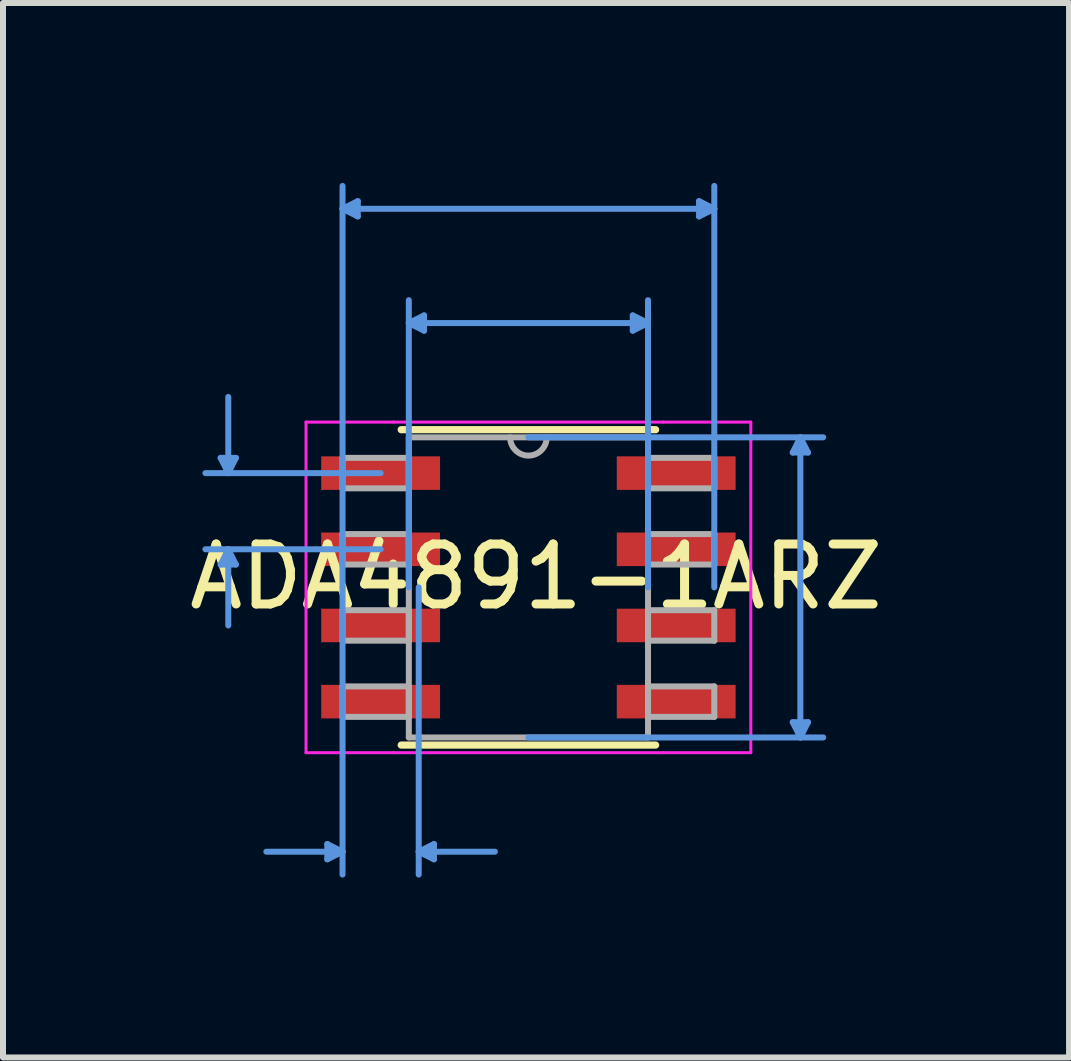
<source format=kicad_pcb>
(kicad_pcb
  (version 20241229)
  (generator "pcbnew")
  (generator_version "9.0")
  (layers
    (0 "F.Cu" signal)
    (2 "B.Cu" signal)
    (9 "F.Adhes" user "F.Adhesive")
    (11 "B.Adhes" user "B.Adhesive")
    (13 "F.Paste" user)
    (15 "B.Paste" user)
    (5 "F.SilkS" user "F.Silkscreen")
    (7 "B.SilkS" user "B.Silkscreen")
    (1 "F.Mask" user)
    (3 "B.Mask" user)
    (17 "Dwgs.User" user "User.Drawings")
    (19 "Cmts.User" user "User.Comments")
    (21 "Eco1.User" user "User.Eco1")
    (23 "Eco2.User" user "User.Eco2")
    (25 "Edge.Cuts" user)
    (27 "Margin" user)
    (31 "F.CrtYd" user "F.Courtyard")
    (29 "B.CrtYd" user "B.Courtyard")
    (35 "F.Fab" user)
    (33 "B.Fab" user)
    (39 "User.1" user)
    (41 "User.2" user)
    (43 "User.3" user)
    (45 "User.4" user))
  (footprint "ADA4891-1ARZ"
    (layer "F.Cu")
    (at 5.76 6.743)
    (property "Reference" "ADA4891-1ARZ" (at 0.127 -0.178 180) (layer "F.SilkS") (effects (font (size 1 1) (thickness 0.15))))
    (attr smd)
    (fp_line (start -2.121 2.629) (end 2.121 2.629) (stroke (width 0.12) (type solid)) (layer "F.SilkS"))
    (fp_line (start 2.121 -2.629) (end -2.121 -2.629) (stroke (width 0.12) (type solid)) (layer "F.SilkS"))
    (fp_line (start -5.131 -2.159) (end -4.877 -2.159) (stroke (width 0.1) (type solid)) (layer "Cmts.User"))
    (fp_line (start -5.131 -0.381) (end -4.877 -0.381) (stroke (width 0.1) (type solid)) (layer "Cmts.User"))
    (fp_line (start -5.004 -1.905) (end -5.131 -2.159) (stroke (width 0.1) (type solid)) (layer "Cmts.User"))
    (fp_line (start -5.004 -1.905) (end -5.004 -3.175) (stroke (width 0.1) (type solid)) (layer "Cmts.User"))
    (fp_line (start -5.004 -1.905) (end -4.877 -2.159) (stroke (width 0.1) (type solid)) (layer "Cmts.User"))
    (fp_line (start -5.004 -0.635) (end -5.131 -0.381) (stroke (width 0.1) (type solid)) (layer "Cmts.User"))
    (fp_line (start -5.004 -0.635) (end -5.004 0.635) (stroke (width 0.1) (type solid)) (layer "Cmts.User"))
    (fp_line (start -5.004 -0.635) (end -4.877 -0.381) (stroke (width 0.1) (type solid)) (layer "Cmts.User"))
    (fp_line (start -3.353 4.28) (end -3.353 4.534) (stroke (width 0.1) (type solid)) (layer "Cmts.User"))
    (fp_line (start -3.099 -6.312) (end -2.845 -6.439) (stroke (width 0.1) (type solid)) (layer "Cmts.User"))
    (fp_line (start -3.099 -6.312) (end -2.845 -6.185) (stroke (width 0.1) (type solid)) (layer "Cmts.User"))
    (fp_line (start -3.099 -6.312) (end 3.099 -6.312) (stroke (width 0.1) (type solid)) (layer "Cmts.User"))
    (fp_line (start -3.099 0) (end -3.099 -6.693) (stroke (width 0.1) (type solid)) (layer "Cmts.User"))
    (fp_line (start -3.099 0) (end -3.099 4.788) (stroke (width 0.1) (type solid)) (layer "Cmts.User"))
    (fp_line (start -3.099 4.407) (end -4.369 4.407) (stroke (width 0.1) (type solid)) (layer "Cmts.User"))
    (fp_line (start -3.099 4.407) (end -3.353 4.28) (stroke (width 0.1) (type solid)) (layer "Cmts.User"))
    (fp_line (start -3.099 4.407) (end -3.353 4.534) (stroke (width 0.1) (type solid)) (layer "Cmts.User"))
    (fp_line (start -2.845 -6.439) (end -2.845 -6.185) (stroke (width 0.1) (type solid)) (layer "Cmts.User"))
    (fp_line (start -2.464 -1.905) (end -5.385 -1.905) (stroke (width 0.1) (type solid)) (layer "Cmts.User"))
    (fp_line (start -2.464 -0.635) (end -5.385 -0.635) (stroke (width 0.1) (type solid)) (layer "Cmts.User"))
    (fp_line (start -1.994 -4.407) (end -1.74 -4.534) (stroke (width 0.1) (type solid)) (layer "Cmts.User"))
    (fp_line (start -1.994 -4.407) (end -1.74 -4.28) (stroke (width 0.1) (type solid)) (layer "Cmts.User"))
    (fp_line (start -1.994 -4.407) (end 1.994 -4.407) (stroke (width 0.1) (type solid)) (layer "Cmts.User"))
    (fp_line (start -1.994 0) (end -1.994 -4.788) (stroke (width 0.1) (type solid)) (layer "Cmts.User"))
    (fp_line (start -1.829 0) (end -1.829 4.788) (stroke (width 0.1) (type solid)) (layer "Cmts.User"))
    (fp_line (start -1.829 4.407) (end -1.575 4.28) (stroke (width 0.1) (type solid)) (layer "Cmts.User"))
    (fp_line (start -1.829 4.407) (end -1.575 4.534) (stroke (width 0.1) (type solid)) (layer "Cmts.User"))
    (fp_line (start -1.829 4.407) (end -0.559 4.407) (stroke (width 0.1) (type solid)) (layer "Cmts.User"))
    (fp_line (start -1.74 -4.534) (end -1.74 -4.28) (stroke (width 0.1) (type solid)) (layer "Cmts.User"))
    (fp_line (start -1.575 4.28) (end -1.575 4.534) (stroke (width 0.1) (type solid)) (layer "Cmts.User"))
    (fp_line (start 0 -2.502) (end 4.915 -2.502) (stroke (width 0.1) (type solid)) (layer "Cmts.User"))
    (fp_line (start 0 2.502) (end 4.915 2.502) (stroke (width 0.1) (type solid)) (layer "Cmts.User"))
    (fp_line (start 1.74 -4.534) (end 1.74 -4.28) (stroke (width 0.1) (type solid)) (layer "Cmts.User"))
    (fp_line (start 1.994 -4.407) (end 1.74 -4.534) (stroke (width 0.1) (type solid)) (layer "Cmts.User"))
    (fp_line (start 1.994 -4.407) (end 1.74 -4.28) (stroke (width 0.1) (type solid)) (layer "Cmts.User"))
    (fp_line (start 1.994 0) (end 1.994 -4.788) (stroke (width 0.1) (type solid)) (layer "Cmts.User"))
    (fp_line (start 2.845 -6.439) (end 2.845 -6.185) (stroke (width 0.1) (type solid)) (layer "Cmts.User"))
    (fp_line (start 3.099 -6.312) (end 2.845 -6.439) (stroke (width 0.1) (type solid)) (layer "Cmts.User"))
    (fp_line (start 3.099 -6.312) (end 2.845 -6.185) (stroke (width 0.1) (type solid)) (layer "Cmts.User"))
    (fp_line (start 3.099 0) (end 3.099 -6.693) (stroke (width 0.1) (type solid)) (layer "Cmts.User"))
    (fp_line (start 4.407 -2.248) (end 4.661 -2.248) (stroke (width 0.1) (type solid)) (layer "Cmts.User"))
    (fp_line (start 4.407 2.248) (end 4.661 2.248) (stroke (width 0.1) (type solid)) (layer "Cmts.User"))
    (fp_line (start 4.534 -2.502) (end 4.407 -2.248) (stroke (width 0.1) (type solid)) (layer "Cmts.User"))
    (fp_line (start 4.534 -2.502) (end 4.534 2.502) (stroke (width 0.1) (type solid)) (layer "Cmts.User"))
    (fp_line (start 4.534 -2.502) (end 4.661 -2.248) (stroke (width 0.1) (type solid)) (layer "Cmts.User"))
    (fp_line (start 4.534 2.502) (end 4.407 2.248) (stroke (width 0.1) (type solid)) (layer "Cmts.User"))
    (fp_line (start 4.534 2.502) (end 4.661 2.248) (stroke (width 0.1) (type solid)) (layer "Cmts.User"))
    (fp_line (start -3.708 -2.756) (end -2.248 -2.756) (stroke (width 0.05) (type solid)) (layer "F.CrtYd"))
    (fp_line (start -3.708 2.756) (end -3.708 -2.756) (stroke (width 0.05) (type solid)) (layer "F.CrtYd"))
    (fp_line (start -2.248 -2.756) (end 2.248 -2.756) (stroke (width 0.05) (type solid)) (layer "F.CrtYd"))
    (fp_line (start -2.248 2.756) (end -3.708 2.756) (stroke (width 0.05) (type solid)) (layer "F.CrtYd"))
    (fp_line (start 2.248 -2.756) (end 3.708 -2.756) (stroke (width 0.05) (type solid)) (layer "F.CrtYd"))
    (fp_line (start 2.248 2.756) (end -2.248 2.756) (stroke (width 0.05) (type solid)) (layer "F.CrtYd"))
    (fp_line (start 3.708 -2.756) (end 3.708 -2.438) (stroke (width 0.05) (type solid)) (layer "F.CrtYd"))
    (fp_line (start 3.708 -2.438) (end 3.708 2.438) (stroke (width 0.05) (type solid)) (layer "F.CrtYd"))
    (fp_line (start 3.708 2.438) (end 3.708 2.756) (stroke (width 0.05) (type solid)) (layer "F.CrtYd"))
    (fp_line (start 3.708 2.756) (end 2.248 2.756) (stroke (width 0.05) (type solid)) (layer "F.CrtYd"))
    (fp_line (start -3.099 -2.159) (end -3.099 -1.651) (stroke (width 0.1) (type solid)) (layer "F.Fab"))
    (fp_line (start -3.099 -1.651) (end -1.994 -1.651) (stroke (width 0.1) (type solid)) (layer "F.Fab"))
    (fp_line (start -3.099 -0.889) (end -3.099 -0.381) (stroke (width 0.1) (type solid)) (layer "F.Fab"))
    (fp_line (start -3.099 -0.381) (end -1.994 -0.381) (stroke (width 0.1) (type solid)) (layer "F.Fab"))
    (fp_line (start -3.099 0.381) (end -3.099 0.889) (stroke (width 0.1) (type solid)) (layer "F.Fab"))
    (fp_line (start -3.099 0.889) (end -1.994 0.889) (stroke (width 0.1) (type solid)) (layer "F.Fab"))
    (fp_line (start -3.099 1.651) (end -3.099 2.159) (stroke (width 0.1) (type solid)) (layer "F.Fab"))
    (fp_line (start -3.099 2.159) (end -1.994 2.159) (stroke (width 0.1) (type solid)) (layer "F.Fab"))
    (fp_line (start -1.994 -2.502) (end -1.994 2.502) (stroke (width 0.1) (type solid)) (layer "F.Fab"))
    (fp_line (start -1.994 -2.159) (end -3.099 -2.159) (stroke (width 0.1) (type solid)) (layer "F.Fab"))
    (fp_line (start -1.994 -1.651) (end -1.994 -2.159) (stroke (width 0.1) (type solid)) (layer "F.Fab"))
    (fp_line (start -1.994 -0.889) (end -3.099 -0.889) (stroke (width 0.1) (type solid)) (layer "F.Fab"))
    (fp_line (start -1.994 -0.381) (end -1.994 -0.889) (stroke (width 0.1) (type solid)) (layer "F.Fab"))
    (fp_line (start -1.994 0.381) (end -3.099 0.381) (stroke (width 0.1) (type solid)) (layer "F.Fab"))
    (fp_line (start -1.994 0.889) (end -1.994 0.381) (stroke (width 0.1) (type solid)) (layer "F.Fab"))
    (fp_line (start -1.994 1.651) (end -3.099 1.651) (stroke (width 0.1) (type solid)) (layer "F.Fab"))
    (fp_line (start -1.994 2.159) (end -1.994 1.651) (stroke (width 0.1) (type solid)) (layer "F.Fab"))
    (fp_line (start -1.994 2.502) (end 1.994 2.502) (stroke (width 0.1) (type solid)) (layer "F.Fab"))
    (fp_line (start 1.994 -2.502) (end -1.994 -2.502) (stroke (width 0.1) (type solid)) (layer "F.Fab"))
    (fp_line (start 1.994 -2.159) (end 1.994 -1.651) (stroke (width 0.1) (type solid)) (layer "F.Fab"))
    (fp_line (start 1.994 -1.651) (end 3.099 -1.651) (stroke (width 0.1) (type solid)) (layer "F.Fab"))
    (fp_line (start 1.994 -0.889) (end 1.994 -0.381) (stroke (width 0.1) (type solid)) (layer "F.Fab"))
    (fp_line (start 1.994 -0.381) (end 3.099 -0.381) (stroke (width 0.1) (type solid)) (layer "F.Fab"))
    (fp_line (start 1.994 0.381) (end 1.994 0.889) (stroke (width 0.1) (type solid)) (layer "F.Fab"))
    (fp_line (start 1.994 0.889) (end 3.099 0.889) (stroke (width 0.1) (type solid)) (layer "F.Fab"))
    (fp_line (start 1.994 1.651) (end 1.994 2.159) (stroke (width 0.1) (type solid)) (layer "F.Fab"))
    (fp_line (start 1.994 2.159) (end 3.099 2.159) (stroke (width 0.1) (type solid)) (layer "F.Fab"))
    (fp_line (start 1.994 2.502) (end 1.994 -2.502) (stroke (width 0.1) (type solid)) (layer "F.Fab"))
    (fp_line (start 3.099 -2.159) (end 1.994 -2.159) (stroke (width 0.1) (type solid)) (layer "F.Fab"))
    (fp_line (start 3.099 -1.651) (end 3.099 -2.159) (stroke (width 0.1) (type solid)) (layer "F.Fab"))
    (fp_line (start 3.099 -0.889) (end 1.994 -0.889) (stroke (width 0.1) (type solid)) (layer "F.Fab"))
    (fp_line (start 3.099 -0.381) (end 3.099 -0.889) (stroke (width 0.1) (type solid)) (layer "F.Fab"))
    (fp_line (start 3.099 0.381) (end 1.994 0.381) (stroke (width 0.1) (type solid)) (layer "F.Fab"))
    (fp_line (start 3.099 0.889) (end 3.099 0.381) (stroke (width 0.1) (type solid)) (layer "F.Fab"))
    (fp_line (start 3.099 1.651) (end 1.994 1.651) (stroke (width 0.1) (type solid)) (layer "F.Fab"))
    (fp_line (start 3.099 2.159) (end 3.099 1.651) (stroke (width 0.1) (type solid)) (layer "F.Fab"))
    (fp_arc (start 0.3048 -2.5019) (mid 0 -2.1971) (end -0.3048 -2.5019) (stroke (width 0.1) (type solid)) (layer "F.Fab"))
    (pad "1" smd rect (at -2.464 -1.905) (size 1.981 0.559) (layers "F.Cu" "F.Mask" "F.Paste"))
    (pad "2" smd rect (at -2.464 -0.635) (size 1.981 0.559) (layers "F.Cu" "F.Mask" "F.Paste"))
    (pad "3" smd rect (at -2.464 0.635) (size 1.981 0.559) (layers "F.Cu" "F.Mask" "F.Paste"))
    (pad "4" smd rect (at -2.464 1.905) (size 1.981 0.559) (layers "F.Cu" "F.Mask" "F.Paste"))
    (pad "5" smd rect (at 2.464 1.905) (size 1.981 0.559) (layers "F.Cu" "F.Mask" "F.Paste"))
    (pad "6" smd rect (at 2.464 0.635) (size 1.981 0.559) (layers "F.Cu" "F.Mask" "F.Paste"))
    (pad "7" smd rect (at 2.464 -0.635) (size 1.981 0.559) (layers "F.Cu" "F.Mask" "F.Paste"))
    (pad "8" smd rect (at 2.464 -1.905) (size 1.981 0.559) (layers "F.Cu" "F.Mask" "F.Paste")))
  (gr_rect
    (start -3 -3)
    (end 14.774 14.581)
    (stroke (width 0.1) (type default))
    (fill no)
    (layer "Edge.Cuts")))
</source>
